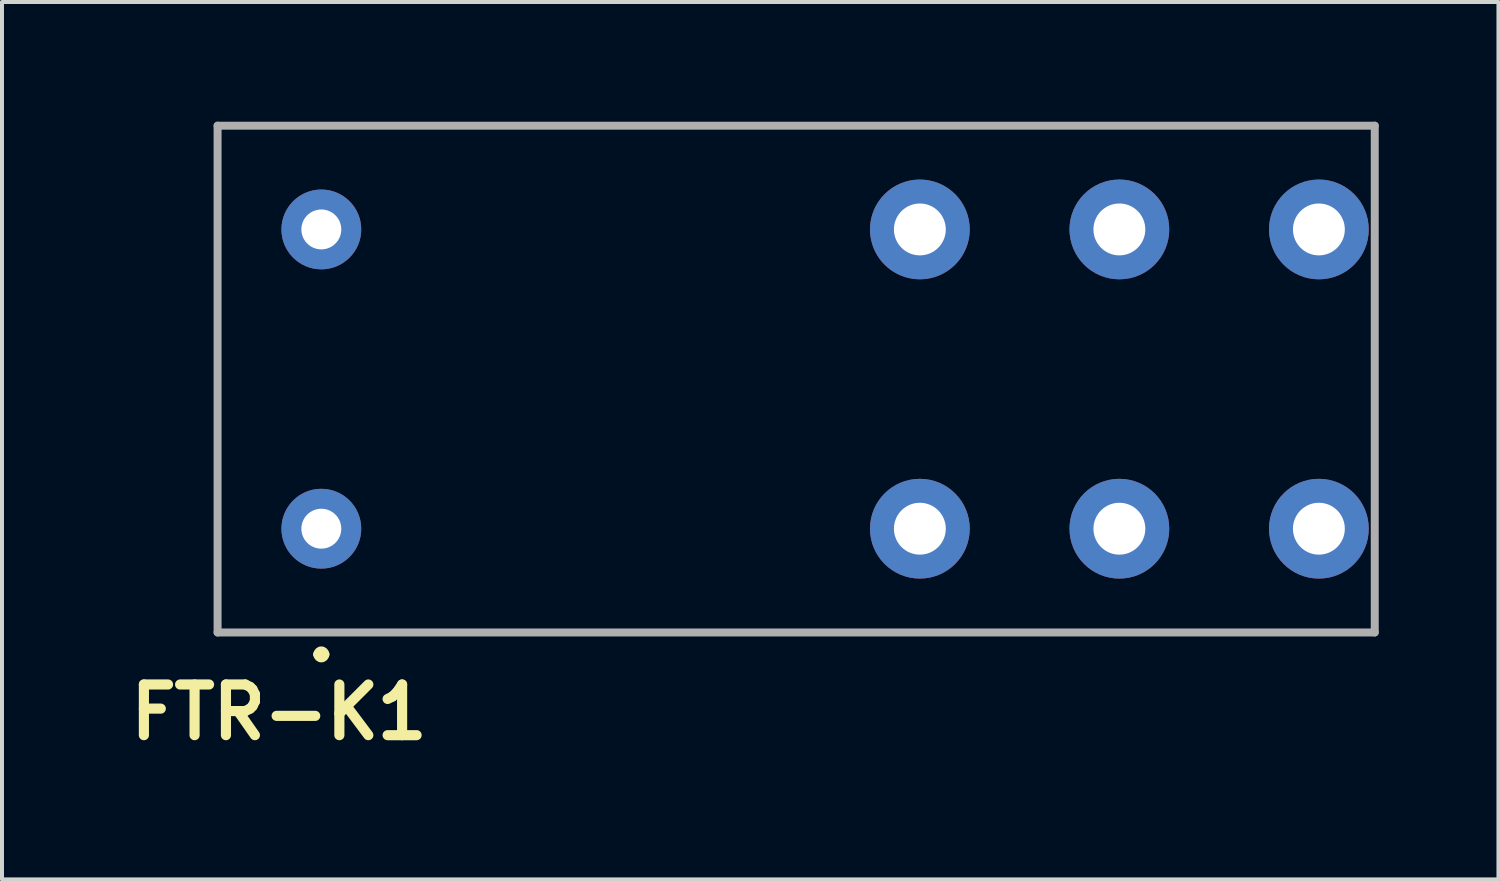
<source format=kicad_pcb>
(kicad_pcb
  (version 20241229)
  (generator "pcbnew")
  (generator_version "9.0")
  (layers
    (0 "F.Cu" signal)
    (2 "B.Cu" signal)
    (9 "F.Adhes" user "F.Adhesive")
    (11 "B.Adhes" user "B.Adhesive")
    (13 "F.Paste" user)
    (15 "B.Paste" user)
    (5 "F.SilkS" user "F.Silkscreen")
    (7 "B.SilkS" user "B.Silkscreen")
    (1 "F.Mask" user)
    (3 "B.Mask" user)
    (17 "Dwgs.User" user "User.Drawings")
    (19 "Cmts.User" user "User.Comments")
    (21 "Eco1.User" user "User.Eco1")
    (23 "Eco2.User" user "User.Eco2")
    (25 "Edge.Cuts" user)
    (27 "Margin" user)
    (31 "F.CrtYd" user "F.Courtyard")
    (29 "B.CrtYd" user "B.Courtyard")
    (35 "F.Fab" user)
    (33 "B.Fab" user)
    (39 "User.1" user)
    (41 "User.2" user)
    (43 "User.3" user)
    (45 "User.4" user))
  (footprint "FTR-K1"
    (layer "F.Cu")
    (at 2.403 6.45)
    (property "Reference" "FTR-K1" (at 1.54 8.35 0) (layer "F.SilkS") (effects (font (size 1.27 1.27) (thickness 0.254))))
    (attr through_hole)
    (fp_line (start 0 -6.35) (end 29 -6.35) (stroke (width 0.1) (type solid)) (layer "F.SilkS"))
    (fp_line (start 0 6.35) (end 0 -6.35) (stroke (width 0.1) (type solid)) (layer "F.SilkS"))
    (fp_line (start 2.5 6.9) (end 2.5 6.9) (stroke (width 0.2) (type solid)) (layer "F.SilkS"))
    (fp_line (start 2.7 6.9) (end 2.7 6.9) (stroke (width 0.2) (type solid)) (layer "F.SilkS"))
    (fp_line (start 29 -6.35) (end 29 6.35) (stroke (width 0.1) (type solid)) (layer "F.SilkS"))
    (fp_line (start 29 6.35) (end 0 6.35) (stroke (width 0.1) (type solid)) (layer "F.SilkS"))
    (fp_arc (start 2.5 6.9) (mid 2.6 6.8) (end 2.7 6.9) (stroke (width 0.2) (type solid)) (layer "F.SilkS"))
    (fp_arc (start 2.7 6.9) (mid 2.6 7) (end 2.5 6.9) (stroke (width 0.2) (type solid)) (layer "F.SilkS"))
    (fp_line (start 0 -6.35) (end 29 -6.35) (stroke (width 0.2) (type solid)) (layer "F.Fab"))
    (fp_line (start 0 6.35) (end 0 -6.35) (stroke (width 0.2) (type solid)) (layer "F.Fab"))
    (fp_line (start 29 -6.35) (end 29 6.35) (stroke (width 0.2) (type solid)) (layer "F.Fab"))
    (fp_line (start 29 6.35) (end 0 6.35) (stroke (width 0.2) (type solid)) (layer "F.Fab"))
    (pad "1" thru_hole circle (at 22.6 -3.75) (size 2.5 2.5) (drill 1.3) (layers "*.Cu" "*.Mask"))
    (pad "1" thru_hole circle (at 22.6 3.75) (size 2.5 2.5) (drill 1.3) (layers "*.Cu" "*.Mask"))
    (pad "2" thru_hole circle (at 17.6 -3.75) (size 2.5 2.5) (drill 1.3) (layers "*.Cu" "*.Mask"))
    (pad "2" thru_hole circle (at 17.6 3.75) (size 2.5 2.5) (drill 1.3) (layers "*.Cu" "*.Mask"))
    (pad "3" thru_hole circle (at 27.6 -3.75) (size 2.5 2.5) (drill 1.3) (layers "*.Cu" "*.Mask"))
    (pad "3" thru_hole circle (at 27.6 3.75) (size 2.5 2.5) (drill 1.3) (layers "*.Cu" "*.Mask"))
    (pad "A1" thru_hole circle (at 2.6 -3.75) (size 2 2) (drill 1) (layers "*.Cu" "*.Mask"))
    (pad "A2" thru_hole circle (at 2.6 3.75) (size 2 2) (drill 1) (layers "*.Cu" "*.Mask")))
  (gr_rect
    (start -3 -3)
    (end 34.503 18.989)
    (stroke (width 0.1) (type default))
    (fill no)
    (layer "Edge.Cuts")))
</source>
